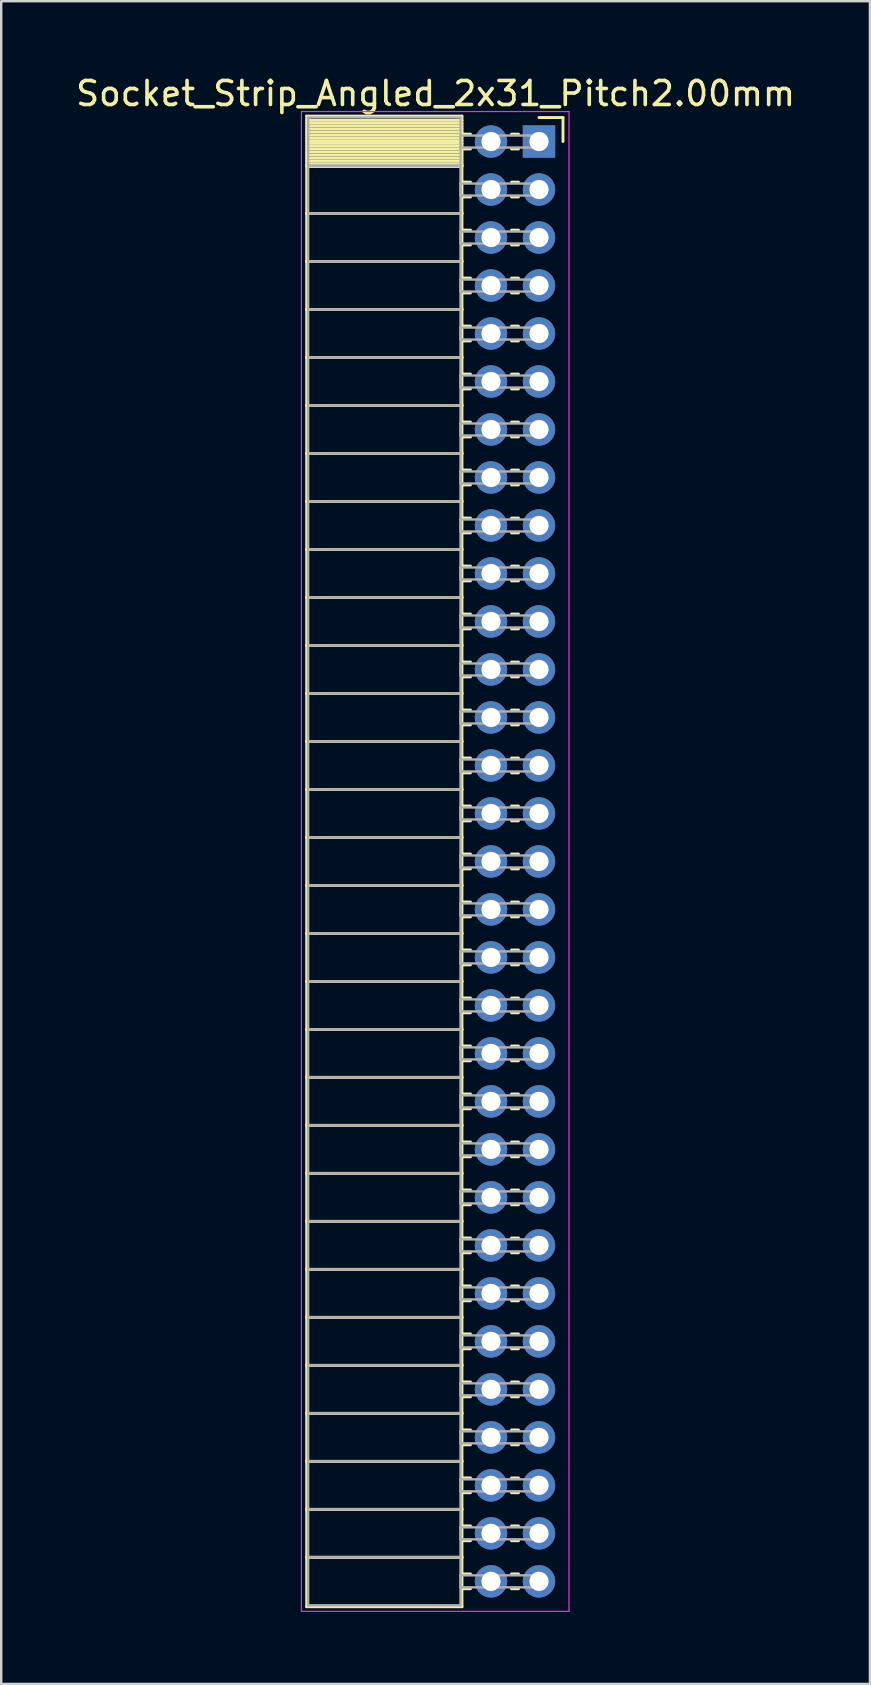
<source format=kicad_pcb>
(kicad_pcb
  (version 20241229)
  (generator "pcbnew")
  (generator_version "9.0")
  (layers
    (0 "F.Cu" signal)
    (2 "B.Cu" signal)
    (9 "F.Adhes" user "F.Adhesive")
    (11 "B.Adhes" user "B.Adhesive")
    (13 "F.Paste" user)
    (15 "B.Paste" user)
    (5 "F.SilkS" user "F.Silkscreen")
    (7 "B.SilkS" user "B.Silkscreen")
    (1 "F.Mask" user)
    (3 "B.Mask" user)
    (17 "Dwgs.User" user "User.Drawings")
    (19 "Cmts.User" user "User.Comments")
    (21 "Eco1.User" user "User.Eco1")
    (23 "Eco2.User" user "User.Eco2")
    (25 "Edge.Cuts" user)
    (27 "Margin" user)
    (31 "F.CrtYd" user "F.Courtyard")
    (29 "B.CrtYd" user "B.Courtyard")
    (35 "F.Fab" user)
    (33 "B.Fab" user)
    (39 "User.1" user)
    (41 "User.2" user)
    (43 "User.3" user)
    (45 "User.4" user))
  (footprint "Socket_Strip_Angled_2x31_Pitch2.00mm"
    (layer "F.Cu")
    (at 19.411 2.848)
    (property "Reference" "Socket_Strip_Angled_2x31_Pitch2.00mm" (at -4.31 -2 0) (layer "F.SilkS") (effects (font (size 1 1) (thickness 0.15))))
    (attr through_hole)
    (fp_line (start -9.68 -1.06) (end -3.21 -1.06) (stroke (width 0.12) (type solid)) (layer "F.SilkS"))
    (fp_line (start -9.68 1) (end -9.68 -1.06) (stroke (width 0.12) (type solid)) (layer "F.SilkS"))
    (fp_line (start -9.68 1) (end -3.21 1) (stroke (width 0.12) (type solid)) (layer "F.SilkS"))
    (fp_line (start -9.68 3) (end -9.68 1) (stroke (width 0.12) (type solid)) (layer "F.SilkS"))
    (fp_line (start -9.68 3) (end -3.21 3) (stroke (width 0.12) (type solid)) (layer "F.SilkS"))
    (fp_line (start -9.68 5) (end -9.68 3) (stroke (width 0.12) (type solid)) (layer "F.SilkS"))
    (fp_line (start -9.68 5) (end -3.21 5) (stroke (width 0.12) (type solid)) (layer "F.SilkS"))
    (fp_line (start -9.68 7) (end -9.68 5) (stroke (width 0.12) (type solid)) (layer "F.SilkS"))
    (fp_line (start -9.68 7) (end -3.21 7) (stroke (width 0.12) (type solid)) (layer "F.SilkS"))
    (fp_line (start -9.68 9) (end -9.68 7) (stroke (width 0.12) (type solid)) (layer "F.SilkS"))
    (fp_line (start -9.68 9) (end -3.21 9) (stroke (width 0.12) (type solid)) (layer "F.SilkS"))
    (fp_line (start -9.68 11) (end -9.68 9) (stroke (width 0.12) (type solid)) (layer "F.SilkS"))
    (fp_line (start -9.68 11) (end -3.21 11) (stroke (width 0.12) (type solid)) (layer "F.SilkS"))
    (fp_line (start -9.68 13) (end -9.68 11) (stroke (width 0.12) (type solid)) (layer "F.SilkS"))
    (fp_line (start -9.68 13) (end -3.21 13) (stroke (width 0.12) (type solid)) (layer "F.SilkS"))
    (fp_line (start -9.68 15) (end -9.68 13) (stroke (width 0.12) (type solid)) (layer "F.SilkS"))
    (fp_line (start -9.68 15) (end -3.21 15) (stroke (width 0.12) (type solid)) (layer "F.SilkS"))
    (fp_line (start -9.68 17) (end -9.68 15) (stroke (width 0.12) (type solid)) (layer "F.SilkS"))
    (fp_line (start -9.68 17) (end -3.21 17) (stroke (width 0.12) (type solid)) (layer "F.SilkS"))
    (fp_line (start -9.68 19) (end -9.68 17) (stroke (width 0.12) (type solid)) (layer "F.SilkS"))
    (fp_line (start -9.68 19) (end -3.21 19) (stroke (width 0.12) (type solid)) (layer "F.SilkS"))
    (fp_line (start -9.68 21) (end -9.68 19) (stroke (width 0.12) (type solid)) (layer "F.SilkS"))
    (fp_line (start -9.68 21) (end -3.21 21) (stroke (width 0.12) (type solid)) (layer "F.SilkS"))
    (fp_line (start -9.68 23) (end -9.68 21) (stroke (width 0.12) (type solid)) (layer "F.SilkS"))
    (fp_line (start -9.68 23) (end -3.21 23) (stroke (width 0.12) (type solid)) (layer "F.SilkS"))
    (fp_line (start -9.68 25) (end -9.68 23) (stroke (width 0.12) (type solid)) (layer "F.SilkS"))
    (fp_line (start -9.68 25) (end -3.21 25) (stroke (width 0.12) (type solid)) (layer "F.SilkS"))
    (fp_line (start -9.68 27) (end -9.68 25) (stroke (width 0.12) (type solid)) (layer "F.SilkS"))
    (fp_line (start -9.68 27) (end -3.21 27) (stroke (width 0.12) (type solid)) (layer "F.SilkS"))
    (fp_line (start -9.68 29) (end -9.68 27) (stroke (width 0.12) (type solid)) (layer "F.SilkS"))
    (fp_line (start -9.68 29) (end -3.21 29) (stroke (width 0.12) (type solid)) (layer "F.SilkS"))
    (fp_line (start -9.68 31) (end -9.68 29) (stroke (width 0.12) (type solid)) (layer "F.SilkS"))
    (fp_line (start -9.68 31) (end -3.21 31) (stroke (width 0.12) (type solid)) (layer "F.SilkS"))
    (fp_line (start -9.68 33) (end -9.68 31) (stroke (width 0.12) (type solid)) (layer "F.SilkS"))
    (fp_line (start -9.68 33) (end -3.21 33) (stroke (width 0.12) (type solid)) (layer "F.SilkS"))
    (fp_line (start -9.68 35) (end -9.68 33) (stroke (width 0.12) (type solid)) (layer "F.SilkS"))
    (fp_line (start -9.68 35) (end -3.21 35) (stroke (width 0.12) (type solid)) (layer "F.SilkS"))
    (fp_line (start -9.68 37) (end -9.68 35) (stroke (width 0.12) (type solid)) (layer "F.SilkS"))
    (fp_line (start -9.68 37) (end -3.21 37) (stroke (width 0.12) (type solid)) (layer "F.SilkS"))
    (fp_line (start -9.68 39) (end -9.68 37) (stroke (width 0.12) (type solid)) (layer "F.SilkS"))
    (fp_line (start -9.68 39) (end -3.21 39) (stroke (width 0.12) (type solid)) (layer "F.SilkS"))
    (fp_line (start -9.68 41) (end -9.68 39) (stroke (width 0.12) (type solid)) (layer "F.SilkS"))
    (fp_line (start -9.68 41) (end -3.21 41) (stroke (width 0.12) (type solid)) (layer "F.SilkS"))
    (fp_line (start -9.68 43) (end -9.68 41) (stroke (width 0.12) (type solid)) (layer "F.SilkS"))
    (fp_line (start -9.68 43) (end -3.21 43) (stroke (width 0.12) (type solid)) (layer "F.SilkS"))
    (fp_line (start -9.68 45) (end -9.68 43) (stroke (width 0.12) (type solid)) (layer "F.SilkS"))
    (fp_line (start -9.68 45) (end -3.21 45) (stroke (width 0.12) (type solid)) (layer "F.SilkS"))
    (fp_line (start -9.68 47) (end -9.68 45) (stroke (width 0.12) (type solid)) (layer "F.SilkS"))
    (fp_line (start -9.68 47) (end -3.21 47) (stroke (width 0.12) (type solid)) (layer "F.SilkS"))
    (fp_line (start -9.68 49) (end -9.68 47) (stroke (width 0.12) (type solid)) (layer "F.SilkS"))
    (fp_line (start -9.68 49) (end -3.21 49) (stroke (width 0.12) (type solid)) (layer "F.SilkS"))
    (fp_line (start -9.68 51) (end -9.68 49) (stroke (width 0.12) (type solid)) (layer "F.SilkS"))
    (fp_line (start -9.68 51) (end -3.21 51) (stroke (width 0.12) (type solid)) (layer "F.SilkS"))
    (fp_line (start -9.68 53) (end -9.68 51) (stroke (width 0.12) (type solid)) (layer "F.SilkS"))
    (fp_line (start -9.68 53) (end -3.21 53) (stroke (width 0.12) (type solid)) (layer "F.SilkS"))
    (fp_line (start -9.68 55) (end -9.68 53) (stroke (width 0.12) (type solid)) (layer "F.SilkS"))
    (fp_line (start -9.68 55) (end -3.21 55) (stroke (width 0.12) (type solid)) (layer "F.SilkS"))
    (fp_line (start -9.68 57) (end -9.68 55) (stroke (width 0.12) (type solid)) (layer "F.SilkS"))
    (fp_line (start -9.68 57) (end -3.21 57) (stroke (width 0.12) (type solid)) (layer "F.SilkS"))
    (fp_line (start -9.68 59) (end -9.68 57) (stroke (width 0.12) (type solid)) (layer "F.SilkS"))
    (fp_line (start -9.68 59) (end -3.21 59) (stroke (width 0.12) (type solid)) (layer "F.SilkS"))
    (fp_line (start -9.68 61.06) (end -9.68 59) (stroke (width 0.12) (type solid)) (layer "F.SilkS"))
    (fp_line (start -3.21 -1.06) (end -3.21 1) (stroke (width 0.12) (type solid)) (layer "F.SilkS"))
    (fp_line (start -3.21 -0.88) (end -9.68 -0.88) (stroke (width 0.12) (type solid)) (layer "F.SilkS"))
    (fp_line (start -3.21 -0.76) (end -9.68 -0.76) (stroke (width 0.12) (type solid)) (layer "F.SilkS"))
    (fp_line (start -3.21 -0.64) (end -9.68 -0.64) (stroke (width 0.12) (type solid)) (layer "F.SilkS"))
    (fp_line (start -3.21 -0.52) (end -9.68 -0.52) (stroke (width 0.12) (type solid)) (layer "F.SilkS"))
    (fp_line (start -3.21 -0.4) (end -9.68 -0.4) (stroke (width 0.12) (type solid)) (layer "F.SilkS"))
    (fp_line (start -3.21 -0.28) (end -9.68 -0.28) (stroke (width 0.12) (type solid)) (layer "F.SilkS"))
    (fp_line (start -3.21 -0.16) (end -9.68 -0.16) (stroke (width 0.12) (type solid)) (layer "F.SilkS"))
    (fp_line (start -3.21 -0.04) (end -9.68 -0.04) (stroke (width 0.12) (type solid)) (layer "F.SilkS"))
    (fp_line (start -3.21 0.08) (end -9.68 0.08) (stroke (width 0.12) (type solid)) (layer "F.SilkS"))
    (fp_line (start -3.21 0.2) (end -9.68 0.2) (stroke (width 0.12) (type solid)) (layer "F.SilkS"))
    (fp_line (start -3.21 0.32) (end -9.68 0.32) (stroke (width 0.12) (type solid)) (layer "F.SilkS"))
    (fp_line (start -3.21 0.44) (end -9.68 0.44) (stroke (width 0.12) (type solid)) (layer "F.SilkS"))
    (fp_line (start -3.21 0.56) (end -9.68 0.56) (stroke (width 0.12) (type solid)) (layer "F.SilkS"))
    (fp_line (start -3.21 0.68) (end -9.68 0.68) (stroke (width 0.12) (type solid)) (layer "F.SilkS"))
    (fp_line (start -3.21 0.8) (end -9.68 0.8) (stroke (width 0.12) (type solid)) (layer "F.SilkS"))
    (fp_line (start -3.21 0.92) (end -9.68 0.92) (stroke (width 0.12) (type solid)) (layer "F.SilkS"))
    (fp_line (start -3.21 1) (end -9.68 1) (stroke (width 0.12) (type solid)) (layer "F.SilkS"))
    (fp_line (start -3.21 1) (end -3.21 3) (stroke (width 0.12) (type solid)) (layer "F.SilkS"))
    (fp_line (start -3.21 1.04) (end -9.68 1.04) (stroke (width 0.12) (type solid)) (layer "F.SilkS"))
    (fp_line (start -3.21 3) (end -9.68 3) (stroke (width 0.12) (type solid)) (layer "F.SilkS"))
    (fp_line (start -3.21 3) (end -3.21 5) (stroke (width 0.12) (type solid)) (layer "F.SilkS"))
    (fp_line (start -3.21 5) (end -9.68 5) (stroke (width 0.12) (type solid)) (layer "F.SilkS"))
    (fp_line (start -3.21 5) (end -3.21 7) (stroke (width 0.12) (type solid)) (layer "F.SilkS"))
    (fp_line (start -3.21 7) (end -9.68 7) (stroke (width 0.12) (type solid)) (layer "F.SilkS"))
    (fp_line (start -3.21 7) (end -3.21 9) (stroke (width 0.12) (type solid)) (layer "F.SilkS"))
    (fp_line (start -3.21 9) (end -9.68 9) (stroke (width 0.12) (type solid)) (layer "F.SilkS"))
    (fp_line (start -3.21 9) (end -3.21 11) (stroke (width 0.12) (type solid)) (layer "F.SilkS"))
    (fp_line (start -3.21 11) (end -9.68 11) (stroke (width 0.12) (type solid)) (layer "F.SilkS"))
    (fp_line (start -3.21 11) (end -3.21 13) (stroke (width 0.12) (type solid)) (layer "F.SilkS"))
    (fp_line (start -3.21 13) (end -9.68 13) (stroke (width 0.12) (type solid)) (layer "F.SilkS"))
    (fp_line (start -3.21 13) (end -3.21 15) (stroke (width 0.12) (type solid)) (layer "F.SilkS"))
    (fp_line (start -3.21 15) (end -9.68 15) (stroke (width 0.12) (type solid)) (layer "F.SilkS"))
    (fp_line (start -3.21 15) (end -3.21 17) (stroke (width 0.12) (type solid)) (layer "F.SilkS"))
    (fp_line (start -3.21 17) (end -9.68 17) (stroke (width 0.12) (type solid)) (layer "F.SilkS"))
    (fp_line (start -3.21 17) (end -3.21 19) (stroke (width 0.12) (type solid)) (layer "F.SilkS"))
    (fp_line (start -3.21 19) (end -9.68 19) (stroke (width 0.12) (type solid)) (layer "F.SilkS"))
    (fp_line (start -3.21 19) (end -3.21 21) (stroke (width 0.12) (type solid)) (layer "F.SilkS"))
    (fp_line (start -3.21 21) (end -9.68 21) (stroke (width 0.12) (type solid)) (layer "F.SilkS"))
    (fp_line (start -3.21 21) (end -3.21 23) (stroke (width 0.12) (type solid)) (layer "F.SilkS"))
    (fp_line (start -3.21 23) (end -9.68 23) (stroke (width 0.12) (type solid)) (layer "F.SilkS"))
    (fp_line (start -3.21 23) (end -3.21 25) (stroke (width 0.12) (type solid)) (layer "F.SilkS"))
    (fp_line (start -3.21 25) (end -9.68 25) (stroke (width 0.12) (type solid)) (layer "F.SilkS"))
    (fp_line (start -3.21 25) (end -3.21 27) (stroke (width 0.12) (type solid)) (layer "F.SilkS"))
    (fp_line (start -3.21 27) (end -9.68 27) (stroke (width 0.12) (type solid)) (layer "F.SilkS"))
    (fp_line (start -3.21 27) (end -3.21 29) (stroke (width 0.12) (type solid)) (layer "F.SilkS"))
    (fp_line (start -3.21 29) (end -9.68 29) (stroke (width 0.12) (type solid)) (layer "F.SilkS"))
    (fp_line (start -3.21 29) (end -3.21 31) (stroke (width 0.12) (type solid)) (layer "F.SilkS"))
    (fp_line (start -3.21 31) (end -9.68 31) (stroke (width 0.12) (type solid)) (layer "F.SilkS"))
    (fp_line (start -3.21 31) (end -3.21 33) (stroke (width 0.12) (type solid)) (layer "F.SilkS"))
    (fp_line (start -3.21 33) (end -9.68 33) (stroke (width 0.12) (type solid)) (layer "F.SilkS"))
    (fp_line (start -3.21 33) (end -3.21 35) (stroke (width 0.12) (type solid)) (layer "F.SilkS"))
    (fp_line (start -3.21 35) (end -9.68 35) (stroke (width 0.12) (type solid)) (layer "F.SilkS"))
    (fp_line (start -3.21 35) (end -3.21 37) (stroke (width 0.12) (type solid)) (layer "F.SilkS"))
    (fp_line (start -3.21 37) (end -9.68 37) (stroke (width 0.12) (type solid)) (layer "F.SilkS"))
    (fp_line (start -3.21 37) (end -3.21 39) (stroke (width 0.12) (type solid)) (layer "F.SilkS"))
    (fp_line (start -3.21 39) (end -9.68 39) (stroke (width 0.12) (type solid)) (layer "F.SilkS"))
    (fp_line (start -3.21 39) (end -3.21 41) (stroke (width 0.12) (type solid)) (layer "F.SilkS"))
    (fp_line (start -3.21 41) (end -9.68 41) (stroke (width 0.12) (type solid)) (layer "F.SilkS"))
    (fp_line (start -3.21 41) (end -3.21 43) (stroke (width 0.12) (type solid)) (layer "F.SilkS"))
    (fp_line (start -3.21 43) (end -9.68 43) (stroke (width 0.12) (type solid)) (layer "F.SilkS"))
    (fp_line (start -3.21 43) (end -3.21 45) (stroke (width 0.12) (type solid)) (layer "F.SilkS"))
    (fp_line (start -3.21 45) (end -9.68 45) (stroke (width 0.12) (type solid)) (layer "F.SilkS"))
    (fp_line (start -3.21 45) (end -3.21 47) (stroke (width 0.12) (type solid)) (layer "F.SilkS"))
    (fp_line (start -3.21 47) (end -9.68 47) (stroke (width 0.12) (type solid)) (layer "F.SilkS"))
    (fp_line (start -3.21 47) (end -3.21 49) (stroke (width 0.12) (type solid)) (layer "F.SilkS"))
    (fp_line (start -3.21 49) (end -9.68 49) (stroke (width 0.12) (type solid)) (layer "F.SilkS"))
    (fp_line (start -3.21 49) (end -3.21 51) (stroke (width 0.12) (type solid)) (layer "F.SilkS"))
    (fp_line (start -3.21 51) (end -9.68 51) (stroke (width 0.12) (type solid)) (layer "F.SilkS"))
    (fp_line (start -3.21 51) (end -3.21 53) (stroke (width 0.12) (type solid)) (layer "F.SilkS"))
    (fp_line (start -3.21 53) (end -9.68 53) (stroke (width 0.12) (type solid)) (layer "F.SilkS"))
    (fp_line (start -3.21 53) (end -3.21 55) (stroke (width 0.12) (type solid)) (layer "F.SilkS"))
    (fp_line (start -3.21 55) (end -9.68 55) (stroke (width 0.12) (type solid)) (layer "F.SilkS"))
    (fp_line (start -3.21 55) (end -3.21 57) (stroke (width 0.12) (type solid)) (layer "F.SilkS"))
    (fp_line (start -3.21 57) (end -9.68 57) (stroke (width 0.12) (type solid)) (layer "F.SilkS"))
    (fp_line (start -3.21 57) (end -3.21 59) (stroke (width 0.12) (type solid)) (layer "F.SilkS"))
    (fp_line (start -3.21 59) (end -9.68 59) (stroke (width 0.12) (type solid)) (layer "F.SilkS"))
    (fp_line (start -3.21 59) (end -3.21 61.06) (stroke (width 0.12) (type solid)) (layer "F.SilkS"))
    (fp_line (start -3.21 61.06) (end -9.68 61.06) (stroke (width 0.12) (type solid)) (layer "F.SilkS"))
    (fp_line (start -2.855 -0.31) (end -3.21 -0.31) (stroke (width 0.12) (type solid)) (layer "F.SilkS"))
    (fp_line (start -2.855 0.31) (end -3.21 0.31) (stroke (width 0.12) (type solid)) (layer "F.SilkS"))
    (fp_line (start -2.855 1.69) (end -3.21 1.69) (stroke (width 0.12) (type solid)) (layer "F.SilkS"))
    (fp_line (start -2.855 2.31) (end -3.21 2.31) (stroke (width 0.12) (type solid)) (layer "F.SilkS"))
    (fp_line (start -2.855 3.69) (end -3.21 3.69) (stroke (width 0.12) (type solid)) (layer "F.SilkS"))
    (fp_line (start -2.855 4.31) (end -3.21 4.31) (stroke (width 0.12) (type solid)) (layer "F.SilkS"))
    (fp_line (start -2.855 5.69) (end -3.21 5.69) (stroke (width 0.12) (type solid)) (layer "F.SilkS"))
    (fp_line (start -2.855 6.31) (end -3.21 6.31) (stroke (width 0.12) (type solid)) (layer "F.SilkS"))
    (fp_line (start -2.855 7.69) (end -3.21 7.69) (stroke (width 0.12) (type solid)) (layer "F.SilkS"))
    (fp_line (start -2.855 8.31) (end -3.21 8.31) (stroke (width 0.12) (type solid)) (layer "F.SilkS"))
    (fp_line (start -2.855 9.69) (end -3.21 9.69) (stroke (width 0.12) (type solid)) (layer "F.SilkS"))
    (fp_line (start -2.855 10.31) (end -3.21 10.31) (stroke (width 0.12) (type solid)) (layer "F.SilkS"))
    (fp_line (start -2.855 11.69) (end -3.21 11.69) (stroke (width 0.12) (type solid)) (layer "F.SilkS"))
    (fp_line (start -2.855 12.31) (end -3.21 12.31) (stroke (width 0.12) (type solid)) (layer "F.SilkS"))
    (fp_line (start -2.855 13.69) (end -3.21 13.69) (stroke (width 0.12) (type solid)) (layer "F.SilkS"))
    (fp_line (start -2.855 14.31) (end -3.21 14.31) (stroke (width 0.12) (type solid)) (layer "F.SilkS"))
    (fp_line (start -2.855 15.69) (end -3.21 15.69) (stroke (width 0.12) (type solid)) (layer "F.SilkS"))
    (fp_line (start -2.855 16.31) (end -3.21 16.31) (stroke (width 0.12) (type solid)) (layer "F.SilkS"))
    (fp_line (start -2.855 17.69) (end -3.21 17.69) (stroke (width 0.12) (type solid)) (layer "F.SilkS"))
    (fp_line (start -2.855 18.31) (end -3.21 18.31) (stroke (width 0.12) (type solid)) (layer "F.SilkS"))
    (fp_line (start -2.855 19.69) (end -3.21 19.69) (stroke (width 0.12) (type solid)) (layer "F.SilkS"))
    (fp_line (start -2.855 20.31) (end -3.21 20.31) (stroke (width 0.12) (type solid)) (layer "F.SilkS"))
    (fp_line (start -2.855 21.69) (end -3.21 21.69) (stroke (width 0.12) (type solid)) (layer "F.SilkS"))
    (fp_line (start -2.855 22.31) (end -3.21 22.31) (stroke (width 0.12) (type solid)) (layer "F.SilkS"))
    (fp_line (start -2.855 23.69) (end -3.21 23.69) (stroke (width 0.12) (type solid)) (layer "F.SilkS"))
    (fp_line (start -2.855 24.31) (end -3.21 24.31) (stroke (width 0.12) (type solid)) (layer "F.SilkS"))
    (fp_line (start -2.855 25.69) (end -3.21 25.69) (stroke (width 0.12) (type solid)) (layer "F.SilkS"))
    (fp_line (start -2.855 26.31) (end -3.21 26.31) (stroke (width 0.12) (type solid)) (layer "F.SilkS"))
    (fp_line (start -2.855 27.69) (end -3.21 27.69) (stroke (width 0.12) (type solid)) (layer "F.SilkS"))
    (fp_line (start -2.855 28.31) (end -3.21 28.31) (stroke (width 0.12) (type solid)) (layer "F.SilkS"))
    (fp_line (start -2.855 29.69) (end -3.21 29.69) (stroke (width 0.12) (type solid)) (layer "F.SilkS"))
    (fp_line (start -2.855 30.31) (end -3.21 30.31) (stroke (width 0.12) (type solid)) (layer "F.SilkS"))
    (fp_line (start -2.855 31.69) (end -3.21 31.69) (stroke (width 0.12) (type solid)) (layer "F.SilkS"))
    (fp_line (start -2.855 32.31) (end -3.21 32.31) (stroke (width 0.12) (type solid)) (layer "F.SilkS"))
    (fp_line (start -2.855 33.69) (end -3.21 33.69) (stroke (width 0.12) (type solid)) (layer "F.SilkS"))
    (fp_line (start -2.855 34.31) (end -3.21 34.31) (stroke (width 0.12) (type solid)) (layer "F.SilkS"))
    (fp_line (start -2.855 35.69) (end -3.21 35.69) (stroke (width 0.12) (type solid)) (layer "F.SilkS"))
    (fp_line (start -2.855 36.31) (end -3.21 36.31) (stroke (width 0.12) (type solid)) (layer "F.SilkS"))
    (fp_line (start -2.855 37.69) (end -3.21 37.69) (stroke (width 0.12) (type solid)) (layer "F.SilkS"))
    (fp_line (start -2.855 38.31) (end -3.21 38.31) (stroke (width 0.12) (type solid)) (layer "F.SilkS"))
    (fp_line (start -2.855 39.69) (end -3.21 39.69) (stroke (width 0.12) (type solid)) (layer "F.SilkS"))
    (fp_line (start -2.855 40.31) (end -3.21 40.31) (stroke (width 0.12) (type solid)) (layer "F.SilkS"))
    (fp_line (start -2.855 41.69) (end -3.21 41.69) (stroke (width 0.12) (type solid)) (layer "F.SilkS"))
    (fp_line (start -2.855 42.31) (end -3.21 42.31) (stroke (width 0.12) (type solid)) (layer "F.SilkS"))
    (fp_line (start -2.855 43.69) (end -3.21 43.69) (stroke (width 0.12) (type solid)) (layer "F.SilkS"))
    (fp_line (start -2.855 44.31) (end -3.21 44.31) (stroke (width 0.12) (type solid)) (layer "F.SilkS"))
    (fp_line (start -2.855 45.69) (end -3.21 45.69) (stroke (width 0.12) (type solid)) (layer "F.SilkS"))
    (fp_line (start -2.855 46.31) (end -3.21 46.31) (stroke (width 0.12) (type solid)) (layer "F.SilkS"))
    (fp_line (start -2.855 47.69) (end -3.21 47.69) (stroke (width 0.12) (type solid)) (layer "F.SilkS"))
    (fp_line (start -2.855 48.31) (end -3.21 48.31) (stroke (width 0.12) (type solid)) (layer "F.SilkS"))
    (fp_line (start -2.855 49.69) (end -3.21 49.69) (stroke (width 0.12) (type solid)) (layer "F.SilkS"))
    (fp_line (start -2.855 50.31) (end -3.21 50.31) (stroke (width 0.12) (type solid)) (layer "F.SilkS"))
    (fp_line (start -2.855 51.69) (end -3.21 51.69) (stroke (width 0.12) (type solid)) (layer "F.SilkS"))
    (fp_line (start -2.855 52.31) (end -3.21 52.31) (stroke (width 0.12) (type solid)) (layer "F.SilkS"))
    (fp_line (start -2.855 53.69) (end -3.21 53.69) (stroke (width 0.12) (type solid)) (layer "F.SilkS"))
    (fp_line (start -2.855 54.31) (end -3.21 54.31) (stroke (width 0.12) (type solid)) (layer "F.SilkS"))
    (fp_line (start -2.855 55.69) (end -3.21 55.69) (stroke (width 0.12) (type solid)) (layer "F.SilkS"))
    (fp_line (start -2.855 56.31) (end -3.21 56.31) (stroke (width 0.12) (type solid)) (layer "F.SilkS"))
    (fp_line (start -2.855 57.69) (end -3.21 57.69) (stroke (width 0.12) (type solid)) (layer "F.SilkS"))
    (fp_line (start -2.855 58.31) (end -3.21 58.31) (stroke (width 0.12) (type solid)) (layer "F.SilkS"))
    (fp_line (start -2.855 59.69) (end -3.21 59.69) (stroke (width 0.12) (type solid)) (layer "F.SilkS"))
    (fp_line (start -2.855 60.31) (end -3.21 60.31) (stroke (width 0.12) (type solid)) (layer "F.SilkS"))
    (fp_line (start -0.855 -0.31) (end -1.145 -0.31) (stroke (width 0.12) (type solid)) (layer "F.SilkS"))
    (fp_line (start -0.855 0.31) (end -1.145 0.31) (stroke (width 0.12) (type solid)) (layer "F.SilkS"))
    (fp_line (start -0.855 1.69) (end -1.145 1.69) (stroke (width 0.12) (type solid)) (layer "F.SilkS"))
    (fp_line (start -0.855 2.31) (end -1.145 2.31) (stroke (width 0.12) (type solid)) (layer "F.SilkS"))
    (fp_line (start -0.855 3.69) (end -1.145 3.69) (stroke (width 0.12) (type solid)) (layer "F.SilkS"))
    (fp_line (start -0.855 4.31) (end -1.145 4.31) (stroke (width 0.12) (type solid)) (layer "F.SilkS"))
    (fp_line (start -0.855 5.69) (end -1.145 5.69) (stroke (width 0.12) (type solid)) (layer "F.SilkS"))
    (fp_line (start -0.855 6.31) (end -1.145 6.31) (stroke (width 0.12) (type solid)) (layer "F.SilkS"))
    (fp_line (start -0.855 7.69) (end -1.145 7.69) (stroke (width 0.12) (type solid)) (layer "F.SilkS"))
    (fp_line (start -0.855 8.31) (end -1.145 8.31) (stroke (width 0.12) (type solid)) (layer "F.SilkS"))
    (fp_line (start -0.855 9.69) (end -1.145 9.69) (stroke (width 0.12) (type solid)) (layer "F.SilkS"))
    (fp_line (start -0.855 10.31) (end -1.145 10.31) (stroke (width 0.12) (type solid)) (layer "F.SilkS"))
    (fp_line (start -0.855 11.69) (end -1.145 11.69) (stroke (width 0.12) (type solid)) (layer "F.SilkS"))
    (fp_line (start -0.855 12.31) (end -1.145 12.31) (stroke (width 0.12) (type solid)) (layer "F.SilkS"))
    (fp_line (start -0.855 13.69) (end -1.145 13.69) (stroke (width 0.12) (type solid)) (layer "F.SilkS"))
    (fp_line (start -0.855 14.31) (end -1.145 14.31) (stroke (width 0.12) (type solid)) (layer "F.SilkS"))
    (fp_line (start -0.855 15.69) (end -1.145 15.69) (stroke (width 0.12) (type solid)) (layer "F.SilkS"))
    (fp_line (start -0.855 16.31) (end -1.145 16.31) (stroke (width 0.12) (type solid)) (layer "F.SilkS"))
    (fp_line (start -0.855 17.69) (end -1.145 17.69) (stroke (width 0.12) (type solid)) (layer "F.SilkS"))
    (fp_line (start -0.855 18.31) (end -1.145 18.31) (stroke (width 0.12) (type solid)) (layer "F.SilkS"))
    (fp_line (start -0.855 19.69) (end -1.145 19.69) (stroke (width 0.12) (type solid)) (layer "F.SilkS"))
    (fp_line (start -0.855 20.31) (end -1.145 20.31) (stroke (width 0.12) (type solid)) (layer "F.SilkS"))
    (fp_line (start -0.855 21.69) (end -1.145 21.69) (stroke (width 0.12) (type solid)) (layer "F.SilkS"))
    (fp_line (start -0.855 22.31) (end -1.145 22.31) (stroke (width 0.12) (type solid)) (layer "F.SilkS"))
    (fp_line (start -0.855 23.69) (end -1.145 23.69) (stroke (width 0.12) (type solid)) (layer "F.SilkS"))
    (fp_line (start -0.855 24.31) (end -1.145 24.31) (stroke (width 0.12) (type solid)) (layer "F.SilkS"))
    (fp_line (start -0.855 25.69) (end -1.145 25.69) (stroke (width 0.12) (type solid)) (layer "F.SilkS"))
    (fp_line (start -0.855 26.31) (end -1.145 26.31) (stroke (width 0.12) (type solid)) (layer "F.SilkS"))
    (fp_line (start -0.855 27.69) (end -1.145 27.69) (stroke (width 0.12) (type solid)) (layer "F.SilkS"))
    (fp_line (start -0.855 28.31) (end -1.145 28.31) (stroke (width 0.12) (type solid)) (layer "F.SilkS"))
    (fp_line (start -0.855 29.69) (end -1.145 29.69) (stroke (width 0.12) (type solid)) (layer "F.SilkS"))
    (fp_line (start -0.855 30.31) (end -1.145 30.31) (stroke (width 0.12) (type solid)) (layer "F.SilkS"))
    (fp_line (start -0.855 31.69) (end -1.145 31.69) (stroke (width 0.12) (type solid)) (layer "F.SilkS"))
    (fp_line (start -0.855 32.31) (end -1.145 32.31) (stroke (width 0.12) (type solid)) (layer "F.SilkS"))
    (fp_line (start -0.855 33.69) (end -1.145 33.69) (stroke (width 0.12) (type solid)) (layer "F.SilkS"))
    (fp_line (start -0.855 34.31) (end -1.145 34.31) (stroke (width 0.12) (type solid)) (layer "F.SilkS"))
    (fp_line (start -0.855 35.69) (end -1.145 35.69) (stroke (width 0.12) (type solid)) (layer "F.SilkS"))
    (fp_line (start -0.855 36.31) (end -1.145 36.31) (stroke (width 0.12) (type solid)) (layer "F.SilkS"))
    (fp_line (start -0.855 37.69) (end -1.145 37.69) (stroke (width 0.12) (type solid)) (layer "F.SilkS"))
    (fp_line (start -0.855 38.31) (end -1.145 38.31) (stroke (width 0.12) (type solid)) (layer "F.SilkS"))
    (fp_line (start -0.855 39.69) (end -1.145 39.69) (stroke (width 0.12) (type solid)) (layer "F.SilkS"))
    (fp_line (start -0.855 40.31) (end -1.145 40.31) (stroke (width 0.12) (type solid)) (layer "F.SilkS"))
    (fp_line (start -0.855 41.69) (end -1.145 41.69) (stroke (width 0.12) (type solid)) (layer "F.SilkS"))
    (fp_line (start -0.855 42.31) (end -1.145 42.31) (stroke (width 0.12) (type solid)) (layer "F.SilkS"))
    (fp_line (start -0.855 43.69) (end -1.145 43.69) (stroke (width 0.12) (type solid)) (layer "F.SilkS"))
    (fp_line (start -0.855 44.31) (end -1.145 44.31) (stroke (width 0.12) (type solid)) (layer "F.SilkS"))
    (fp_line (start -0.855 45.69) (end -1.145 45.69) (stroke (width 0.12) (type solid)) (layer "F.SilkS"))
    (fp_line (start -0.855 46.31) (end -1.145 46.31) (stroke (width 0.12) (type solid)) (layer "F.SilkS"))
    (fp_line (start -0.855 47.69) (end -1.145 47.69) (stroke (width 0.12) (type solid)) (layer "F.SilkS"))
    (fp_line (start -0.855 48.31) (end -1.145 48.31) (stroke (width 0.12) (type solid)) (layer "F.SilkS"))
    (fp_line (start -0.855 49.69) (end -1.145 49.69) (stroke (width 0.12) (type solid)) (layer "F.SilkS"))
    (fp_line (start -0.855 50.31) (end -1.145 50.31) (stroke (width 0.12) (type solid)) (layer "F.SilkS"))
    (fp_line (start -0.855 51.69) (end -1.145 51.69) (stroke (width 0.12) (type solid)) (layer "F.SilkS"))
    (fp_line (start -0.855 52.31) (end -1.145 52.31) (stroke (width 0.12) (type solid)) (layer "F.SilkS"))
    (fp_line (start -0.855 53.69) (end -1.145 53.69) (stroke (width 0.12) (type solid)) (layer "F.SilkS"))
    (fp_line (start -0.855 54.31) (end -1.145 54.31) (stroke (width 0.12) (type solid)) (layer "F.SilkS"))
    (fp_line (start -0.855 55.69) (end -1.145 55.69) (stroke (width 0.12) (type solid)) (layer "F.SilkS"))
    (fp_line (start -0.855 56.31) (end -1.145 56.31) (stroke (width 0.12) (type solid)) (layer "F.SilkS"))
    (fp_line (start -0.855 57.69) (end -1.145 57.69) (stroke (width 0.12) (type solid)) (layer "F.SilkS"))
    (fp_line (start -0.855 58.31) (end -1.145 58.31) (stroke (width 0.12) (type solid)) (layer "F.SilkS"))
    (fp_line (start -0.855 59.69) (end -1.145 59.69) (stroke (width 0.12) (type solid)) (layer "F.SilkS"))
    (fp_line (start -0.855 60.31) (end -1.145 60.31) (stroke (width 0.12) (type solid)) (layer "F.SilkS"))
    (fp_line (start 0 -1) (end 1 -1) (stroke (width 0.12) (type solid)) (layer "F.SilkS"))
    (fp_line (start 1 -1) (end 1 0) (stroke (width 0.12) (type solid)) (layer "F.SilkS"))
    (fp_line (start -9.9 -1.25) (end 1.25 -1.25) (stroke (width 0.05) (type solid)) (layer "F.CrtYd"))
    (fp_line (start -9.9 61.25) (end -9.9 -1.25) (stroke (width 0.05) (type solid)) (layer "F.CrtYd"))
    (fp_line (start 1.25 -1.25) (end 1.25 61.25) (stroke (width 0.05) (type solid)) (layer "F.CrtYd"))
    (fp_line (start 1.25 61.25) (end -9.9 61.25) (stroke (width 0.05) (type solid)) (layer "F.CrtYd"))
    (fp_line (start -9.62 -1) (end -3.27 -1) (stroke (width 0.1) (type solid)) (layer "F.Fab"))
    (fp_line (start -9.62 1) (end -9.62 -1) (stroke (width 0.1) (type solid)) (layer "F.Fab"))
    (fp_line (start -9.62 1) (end -3.27 1) (stroke (width 0.1) (type solid)) (layer "F.Fab"))
    (fp_line (start -9.62 3) (end -9.62 1) (stroke (width 0.1) (type solid)) (layer "F.Fab"))
    (fp_line (start -9.62 3) (end -3.27 3) (stroke (width 0.1) (type solid)) (layer "F.Fab"))
    (fp_line (start -9.62 5) (end -9.62 3) (stroke (width 0.1) (type solid)) (layer "F.Fab"))
    (fp_line (start -9.62 5) (end -3.27 5) (stroke (width 0.1) (type solid)) (layer "F.Fab"))
    (fp_line (start -9.62 7) (end -9.62 5) (stroke (width 0.1) (type solid)) (layer "F.Fab"))
    (fp_line (start -9.62 7) (end -3.27 7) (stroke (width 0.1) (type solid)) (layer "F.Fab"))
    (fp_line (start -9.62 9) (end -9.62 7) (stroke (width 0.1) (type solid)) (layer "F.Fab"))
    (fp_line (start -9.62 9) (end -3.27 9) (stroke (width 0.1) (type solid)) (layer "F.Fab"))
    (fp_line (start -9.62 11) (end -9.62 9) (stroke (width 0.1) (type solid)) (layer "F.Fab"))
    (fp_line (start -9.62 11) (end -3.27 11) (stroke (width 0.1) (type solid)) (layer "F.Fab"))
    (fp_line (start -9.62 13) (end -9.62 11) (stroke (width 0.1) (type solid)) (layer "F.Fab"))
    (fp_line (start -9.62 13) (end -3.27 13) (stroke (width 0.1) (type solid)) (layer "F.Fab"))
    (fp_line (start -9.62 15) (end -9.62 13) (stroke (width 0.1) (type solid)) (layer "F.Fab"))
    (fp_line (start -9.62 15) (end -3.27 15) (stroke (width 0.1) (type solid)) (layer "F.Fab"))
    (fp_line (start -9.62 17) (end -9.62 15) (stroke (width 0.1) (type solid)) (layer "F.Fab"))
    (fp_line (start -9.62 17) (end -3.27 17) (stroke (width 0.1) (type solid)) (layer "F.Fab"))
    (fp_line (start -9.62 19) (end -9.62 17) (stroke (width 0.1) (type solid)) (layer "F.Fab"))
    (fp_line (start -9.62 19) (end -3.27 19) (stroke (width 0.1) (type solid)) (layer "F.Fab"))
    (fp_line (start -9.62 21) (end -9.62 19) (stroke (width 0.1) (type solid)) (layer "F.Fab"))
    (fp_line (start -9.62 21) (end -3.27 21) (stroke (width 0.1) (type solid)) (layer "F.Fab"))
    (fp_line (start -9.62 23) (end -9.62 21) (stroke (width 0.1) (type solid)) (layer "F.Fab"))
    (fp_line (start -9.62 23) (end -3.27 23) (stroke (width 0.1) (type solid)) (layer "F.Fab"))
    (fp_line (start -9.62 25) (end -9.62 23) (stroke (width 0.1) (type solid)) (layer "F.Fab"))
    (fp_line (start -9.62 25) (end -3.27 25) (stroke (width 0.1) (type solid)) (layer "F.Fab"))
    (fp_line (start -9.62 27) (end -9.62 25) (stroke (width 0.1) (type solid)) (layer "F.Fab"))
    (fp_line (start -9.62 27) (end -3.27 27) (stroke (width 0.1) (type solid)) (layer "F.Fab"))
    (fp_line (start -9.62 29) (end -9.62 27) (stroke (width 0.1) (type solid)) (layer "F.Fab"))
    (fp_line (start -9.62 29) (end -3.27 29) (stroke (width 0.1) (type solid)) (layer "F.Fab"))
    (fp_line (start -9.62 31) (end -9.62 29) (stroke (width 0.1) (type solid)) (layer "F.Fab"))
    (fp_line (start -9.62 31) (end -3.27 31) (stroke (width 0.1) (type solid)) (layer "F.Fab"))
    (fp_line (start -9.62 33) (end -9.62 31) (stroke (width 0.1) (type solid)) (layer "F.Fab"))
    (fp_line (start -9.62 33) (end -3.27 33) (stroke (width 0.1) (type solid)) (layer "F.Fab"))
    (fp_line (start -9.62 35) (end -9.62 33) (stroke (width 0.1) (type solid)) (layer "F.Fab"))
    (fp_line (start -9.62 35) (end -3.27 35) (stroke (width 0.1) (type solid)) (layer "F.Fab"))
    (fp_line (start -9.62 37) (end -9.62 35) (stroke (width 0.1) (type solid)) (layer "F.Fab"))
    (fp_line (start -9.62 37) (end -3.27 37) (stroke (width 0.1) (type solid)) (layer "F.Fab"))
    (fp_line (start -9.62 39) (end -9.62 37) (stroke (width 0.1) (type solid)) (layer "F.Fab"))
    (fp_line (start -9.62 39) (end -3.27 39) (stroke (width 0.1) (type solid)) (layer "F.Fab"))
    (fp_line (start -9.62 41) (end -9.62 39) (stroke (width 0.1) (type solid)) (layer "F.Fab"))
    (fp_line (start -9.62 41) (end -3.27 41) (stroke (width 0.1) (type solid)) (layer "F.Fab"))
    (fp_line (start -9.62 43) (end -9.62 41) (stroke (width 0.1) (type solid)) (layer "F.Fab"))
    (fp_line (start -9.62 43) (end -3.27 43) (stroke (width 0.1) (type solid)) (layer "F.Fab"))
    (fp_line (start -9.62 45) (end -9.62 43) (stroke (width 0.1) (type solid)) (layer "F.Fab"))
    (fp_line (start -9.62 45) (end -3.27 45) (stroke (width 0.1) (type solid)) (layer "F.Fab"))
    (fp_line (start -9.62 47) (end -9.62 45) (stroke (width 0.1) (type solid)) (layer "F.Fab"))
    (fp_line (start -9.62 47) (end -3.27 47) (stroke (width 0.1) (type solid)) (layer "F.Fab"))
    (fp_line (start -9.62 49) (end -9.62 47) (stroke (width 0.1) (type solid)) (layer "F.Fab"))
    (fp_line (start -9.62 49) (end -3.27 49) (stroke (width 0.1) (type solid)) (layer "F.Fab"))
    (fp_line (start -9.62 51) (end -9.62 49) (stroke (width 0.1) (type solid)) (layer "F.Fab"))
    (fp_line (start -9.62 51) (end -3.27 51) (stroke (width 0.1) (type solid)) (layer "F.Fab"))
    (fp_line (start -9.62 53) (end -9.62 51) (stroke (width 0.1) (type solid)) (layer "F.Fab"))
    (fp_line (start -9.62 53) (end -3.27 53) (stroke (width 0.1) (type solid)) (layer "F.Fab"))
    (fp_line (start -9.62 55) (end -9.62 53) (stroke (width 0.1) (type solid)) (layer "F.Fab"))
    (fp_line (start -9.62 55) (end -3.27 55) (stroke (width 0.1) (type solid)) (layer "F.Fab"))
    (fp_line (start -9.62 57) (end -9.62 55) (stroke (width 0.1) (type solid)) (layer "F.Fab"))
    (fp_line (start -9.62 57) (end -3.27 57) (stroke (width 0.1) (type solid)) (layer "F.Fab"))
    (fp_line (start -9.62 59) (end -9.62 57) (stroke (width 0.1) (type solid)) (layer "F.Fab"))
    (fp_line (start -9.62 59) (end -3.27 59) (stroke (width 0.1) (type solid)) (layer "F.Fab"))
    (fp_line (start -9.62 61) (end -9.62 59) (stroke (width 0.1) (type solid)) (layer "F.Fab"))
    (fp_line (start -3.27 -1) (end -3.27 1) (stroke (width 0.1) (type solid)) (layer "F.Fab"))
    (fp_line (start -3.27 -0.25) (end 0 -0.25) (stroke (width 0.1) (type solid)) (layer "F.Fab"))
    (fp_line (start -3.27 0.25) (end -3.27 -0.25) (stroke (width 0.1) (type solid)) (layer "F.Fab"))
    (fp_line (start -3.27 1) (end -9.62 1) (stroke (width 0.1) (type solid)) (layer "F.Fab"))
    (fp_line (start -3.27 1) (end -3.27 3) (stroke (width 0.1) (type solid)) (layer "F.Fab"))
    (fp_line (start -3.27 1.75) (end 0 1.75) (stroke (width 0.1) (type solid)) (layer "F.Fab"))
    (fp_line (start -3.27 2.25) (end -3.27 1.75) (stroke (width 0.1) (type solid)) (layer "F.Fab"))
    (fp_line (start -3.27 3) (end -9.62 3) (stroke (width 0.1) (type solid)) (layer "F.Fab"))
    (fp_line (start -3.27 3) (end -3.27 5) (stroke (width 0.1) (type solid)) (layer "F.Fab"))
    (fp_line (start -3.27 3.75) (end 0 3.75) (stroke (width 0.1) (type solid)) (layer "F.Fab"))
    (fp_line (start -3.27 4.25) (end -3.27 3.75) (stroke (width 0.1) (type solid)) (layer "F.Fab"))
    (fp_line (start -3.27 5) (end -9.62 5) (stroke (width 0.1) (type solid)) (layer "F.Fab"))
    (fp_line (start -3.27 5) (end -3.27 7) (stroke (width 0.1) (type solid)) (layer "F.Fab"))
    (fp_line (start -3.27 5.75) (end 0 5.75) (stroke (width 0.1) (type solid)) (layer "F.Fab"))
    (fp_line (start -3.27 6.25) (end -3.27 5.75) (stroke (width 0.1) (type solid)) (layer "F.Fab"))
    (fp_line (start -3.27 7) (end -9.62 7) (stroke (width 0.1) (type solid)) (layer "F.Fab"))
    (fp_line (start -3.27 7) (end -3.27 9) (stroke (width 0.1) (type solid)) (layer "F.Fab"))
    (fp_line (start -3.27 7.75) (end 0 7.75) (stroke (width 0.1) (type solid)) (layer "F.Fab"))
    (fp_line (start -3.27 8.25) (end -3.27 7.75) (stroke (width 0.1) (type solid)) (layer "F.Fab"))
    (fp_line (start -3.27 9) (end -9.62 9) (stroke (width 0.1) (type solid)) (layer "F.Fab"))
    (fp_line (start -3.27 9) (end -3.27 11) (stroke (width 0.1) (type solid)) (layer "F.Fab"))
    (fp_line (start -3.27 9.75) (end 0 9.75) (stroke (width 0.1) (type solid)) (layer "F.Fab"))
    (fp_line (start -3.27 10.25) (end -3.27 9.75) (stroke (width 0.1) (type solid)) (layer "F.Fab"))
    (fp_line (start -3.27 11) (end -9.62 11) (stroke (width 0.1) (type solid)) (layer "F.Fab"))
    (fp_line (start -3.27 11) (end -3.27 13) (stroke (width 0.1) (type solid)) (layer "F.Fab"))
    (fp_line (start -3.27 11.75) (end 0 11.75) (stroke (width 0.1) (type solid)) (layer "F.Fab"))
    (fp_line (start -3.27 12.25) (end -3.27 11.75) (stroke (width 0.1) (type solid)) (layer "F.Fab"))
    (fp_line (start -3.27 13) (end -9.62 13) (stroke (width 0.1) (type solid)) (layer "F.Fab"))
    (fp_line (start -3.27 13) (end -3.27 15) (stroke (width 0.1) (type solid)) (layer "F.Fab"))
    (fp_line (start -3.27 13.75) (end 0 13.75) (stroke (width 0.1) (type solid)) (layer "F.Fab"))
    (fp_line (start -3.27 14.25) (end -3.27 13.75) (stroke (width 0.1) (type solid)) (layer "F.Fab"))
    (fp_line (start -3.27 15) (end -9.62 15) (stroke (width 0.1) (type solid)) (layer "F.Fab"))
    (fp_line (start -3.27 15) (end -3.27 17) (stroke (width 0.1) (type solid)) (layer "F.Fab"))
    (fp_line (start -3.27 15.75) (end 0 15.75) (stroke (width 0.1) (type solid)) (layer "F.Fab"))
    (fp_line (start -3.27 16.25) (end -3.27 15.75) (stroke (width 0.1) (type solid)) (layer "F.Fab"))
    (fp_line (start -3.27 17) (end -9.62 17) (stroke (width 0.1) (type solid)) (layer "F.Fab"))
    (fp_line (start -3.27 17) (end -3.27 19) (stroke (width 0.1) (type solid)) (layer "F.Fab"))
    (fp_line (start -3.27 17.75) (end 0 17.75) (stroke (width 0.1) (type solid)) (layer "F.Fab"))
    (fp_line (start -3.27 18.25) (end -3.27 17.75) (stroke (width 0.1) (type solid)) (layer "F.Fab"))
    (fp_line (start -3.27 19) (end -9.62 19) (stroke (width 0.1) (type solid)) (layer "F.Fab"))
    (fp_line (start -3.27 19) (end -3.27 21) (stroke (width 0.1) (type solid)) (layer "F.Fab"))
    (fp_line (start -3.27 19.75) (end 0 19.75) (stroke (width 0.1) (type solid)) (layer "F.Fab"))
    (fp_line (start -3.27 20.25) (end -3.27 19.75) (stroke (width 0.1) (type solid)) (layer "F.Fab"))
    (fp_line (start -3.27 21) (end -9.62 21) (stroke (width 0.1) (type solid)) (layer "F.Fab"))
    (fp_line (start -3.27 21) (end -3.27 23) (stroke (width 0.1) (type solid)) (layer "F.Fab"))
    (fp_line (start -3.27 21.75) (end 0 21.75) (stroke (width 0.1) (type solid)) (layer "F.Fab"))
    (fp_line (start -3.27 22.25) (end -3.27 21.75) (stroke (width 0.1) (type solid)) (layer "F.Fab"))
    (fp_line (start -3.27 23) (end -9.62 23) (stroke (width 0.1) (type solid)) (layer "F.Fab"))
    (fp_line (start -3.27 23) (end -3.27 25) (stroke (width 0.1) (type solid)) (layer "F.Fab"))
    (fp_line (start -3.27 23.75) (end 0 23.75) (stroke (width 0.1) (type solid)) (layer "F.Fab"))
    (fp_line (start -3.27 24.25) (end -3.27 23.75) (stroke (width 0.1) (type solid)) (layer "F.Fab"))
    (fp_line (start -3.27 25) (end -9.62 25) (stroke (width 0.1) (type solid)) (layer "F.Fab"))
    (fp_line (start -3.27 25) (end -3.27 27) (stroke (width 0.1) (type solid)) (layer "F.Fab"))
    (fp_line (start -3.27 25.75) (end 0 25.75) (stroke (width 0.1) (type solid)) (layer "F.Fab"))
    (fp_line (start -3.27 26.25) (end -3.27 25.75) (stroke (width 0.1) (type solid)) (layer "F.Fab"))
    (fp_line (start -3.27 27) (end -9.62 27) (stroke (width 0.1) (type solid)) (layer "F.Fab"))
    (fp_line (start -3.27 27) (end -3.27 29) (stroke (width 0.1) (type solid)) (layer "F.Fab"))
    (fp_line (start -3.27 27.75) (end 0 27.75) (stroke (width 0.1) (type solid)) (layer "F.Fab"))
    (fp_line (start -3.27 28.25) (end -3.27 27.75) (stroke (width 0.1) (type solid)) (layer "F.Fab"))
    (fp_line (start -3.27 29) (end -9.62 29) (stroke (width 0.1) (type solid)) (layer "F.Fab"))
    (fp_line (start -3.27 29) (end -3.27 31) (stroke (width 0.1) (type solid)) (layer "F.Fab"))
    (fp_line (start -3.27 29.75) (end 0 29.75) (stroke (width 0.1) (type solid)) (layer "F.Fab"))
    (fp_line (start -3.27 30.25) (end -3.27 29.75) (stroke (width 0.1) (type solid)) (layer "F.Fab"))
    (fp_line (start -3.27 31) (end -9.62 31) (stroke (width 0.1) (type solid)) (layer "F.Fab"))
    (fp_line (start -3.27 31) (end -3.27 33) (stroke (width 0.1) (type solid)) (layer "F.Fab"))
    (fp_line (start -3.27 31.75) (end 0 31.75) (stroke (width 0.1) (type solid)) (layer "F.Fab"))
    (fp_line (start -3.27 32.25) (end -3.27 31.75) (stroke (width 0.1) (type solid)) (layer "F.Fab"))
    (fp_line (start -3.27 33) (end -9.62 33) (stroke (width 0.1) (type solid)) (layer "F.Fab"))
    (fp_line (start -3.27 33) (end -3.27 35) (stroke (width 0.1) (type solid)) (layer "F.Fab"))
    (fp_line (start -3.27 33.75) (end 0 33.75) (stroke (width 0.1) (type solid)) (layer "F.Fab"))
    (fp_line (start -3.27 34.25) (end -3.27 33.75) (stroke (width 0.1) (type solid)) (layer "F.Fab"))
    (fp_line (start -3.27 35) (end -9.62 35) (stroke (width 0.1) (type solid)) (layer "F.Fab"))
    (fp_line (start -3.27 35) (end -3.27 37) (stroke (width 0.1) (type solid)) (layer "F.Fab"))
    (fp_line (start -3.27 35.75) (end 0 35.75) (stroke (width 0.1) (type solid)) (layer "F.Fab"))
    (fp_line (start -3.27 36.25) (end -3.27 35.75) (stroke (width 0.1) (type solid)) (layer "F.Fab"))
    (fp_line (start -3.27 37) (end -9.62 37) (stroke (width 0.1) (type solid)) (layer "F.Fab"))
    (fp_line (start -3.27 37) (end -3.27 39) (stroke (width 0.1) (type solid)) (layer "F.Fab"))
    (fp_line (start -3.27 37.75) (end 0 37.75) (stroke (width 0.1) (type solid)) (layer "F.Fab"))
    (fp_line (start -3.27 38.25) (end -3.27 37.75) (stroke (width 0.1) (type solid)) (layer "F.Fab"))
    (fp_line (start -3.27 39) (end -9.62 39) (stroke (width 0.1) (type solid)) (layer "F.Fab"))
    (fp_line (start -3.27 39) (end -3.27 41) (stroke (width 0.1) (type solid)) (layer "F.Fab"))
    (fp_line (start -3.27 39.75) (end 0 39.75) (stroke (width 0.1) (type solid)) (layer "F.Fab"))
    (fp_line (start -3.27 40.25) (end -3.27 39.75) (stroke (width 0.1) (type solid)) (layer "F.Fab"))
    (fp_line (start -3.27 41) (end -9.62 41) (stroke (width 0.1) (type solid)) (layer "F.Fab"))
    (fp_line (start -3.27 41) (end -3.27 43) (stroke (width 0.1) (type solid)) (layer "F.Fab"))
    (fp_line (start -3.27 41.75) (end 0 41.75) (stroke (width 0.1) (type solid)) (layer "F.Fab"))
    (fp_line (start -3.27 42.25) (end -3.27 41.75) (stroke (width 0.1) (type solid)) (layer "F.Fab"))
    (fp_line (start -3.27 43) (end -9.62 43) (stroke (width 0.1) (type solid)) (layer "F.Fab"))
    (fp_line (start -3.27 43) (end -3.27 45) (stroke (width 0.1) (type solid)) (layer "F.Fab"))
    (fp_line (start -3.27 43.75) (end 0 43.75) (stroke (width 0.1) (type solid)) (layer "F.Fab"))
    (fp_line (start -3.27 44.25) (end -3.27 43.75) (stroke (width 0.1) (type solid)) (layer "F.Fab"))
    (fp_line (start -3.27 45) (end -9.62 45) (stroke (width 0.1) (type solid)) (layer "F.Fab"))
    (fp_line (start -3.27 45) (end -3.27 47) (stroke (width 0.1) (type solid)) (layer "F.Fab"))
    (fp_line (start -3.27 45.75) (end 0 45.75) (stroke (width 0.1) (type solid)) (layer "F.Fab"))
    (fp_line (start -3.27 46.25) (end -3.27 45.75) (stroke (width 0.1) (type solid)) (layer "F.Fab"))
    (fp_line (start -3.27 47) (end -9.62 47) (stroke (width 0.1) (type solid)) (layer "F.Fab"))
    (fp_line (start -3.27 47) (end -3.27 49) (stroke (width 0.1) (type solid)) (layer "F.Fab"))
    (fp_line (start -3.27 47.75) (end 0 47.75) (stroke (width 0.1) (type solid)) (layer "F.Fab"))
    (fp_line (start -3.27 48.25) (end -3.27 47.75) (stroke (width 0.1) (type solid)) (layer "F.Fab"))
    (fp_line (start -3.27 49) (end -9.62 49) (stroke (width 0.1) (type solid)) (layer "F.Fab"))
    (fp_line (start -3.27 49) (end -3.27 51) (stroke (width 0.1) (type solid)) (layer "F.Fab"))
    (fp_line (start -3.27 49.75) (end 0 49.75) (stroke (width 0.1) (type solid)) (layer "F.Fab"))
    (fp_line (start -3.27 50.25) (end -3.27 49.75) (stroke (width 0.1) (type solid)) (layer "F.Fab"))
    (fp_line (start -3.27 51) (end -9.62 51) (stroke (width 0.1) (type solid)) (layer "F.Fab"))
    (fp_line (start -3.27 51) (end -3.27 53) (stroke (width 0.1) (type solid)) (layer "F.Fab"))
    (fp_line (start -3.27 51.75) (end 0 51.75) (stroke (width 0.1) (type solid)) (layer "F.Fab"))
    (fp_line (start -3.27 52.25) (end -3.27 51.75) (stroke (width 0.1) (type solid)) (layer "F.Fab"))
    (fp_line (start -3.27 53) (end -9.62 53) (stroke (width 0.1) (type solid)) (layer "F.Fab"))
    (fp_line (start -3.27 53) (end -3.27 55) (stroke (width 0.1) (type solid)) (layer "F.Fab"))
    (fp_line (start -3.27 53.75) (end 0 53.75) (stroke (width 0.1) (type solid)) (layer "F.Fab"))
    (fp_line (start -3.27 54.25) (end -3.27 53.75) (stroke (width 0.1) (type solid)) (layer "F.Fab"))
    (fp_line (start -3.27 55) (end -9.62 55) (stroke (width 0.1) (type solid)) (layer "F.Fab"))
    (fp_line (start -3.27 55) (end -3.27 57) (stroke (width 0.1) (type solid)) (layer "F.Fab"))
    (fp_line (start -3.27 55.75) (end 0 55.75) (stroke (width 0.1) (type solid)) (layer "F.Fab"))
    (fp_line (start -3.27 56.25) (end -3.27 55.75) (stroke (width 0.1) (type solid)) (layer "F.Fab"))
    (fp_line (start -3.27 57) (end -9.62 57) (stroke (width 0.1) (type solid)) (layer "F.Fab"))
    (fp_line (start -3.27 57) (end -3.27 59) (stroke (width 0.1) (type solid)) (layer "F.Fab"))
    (fp_line (start -3.27 57.75) (end 0 57.75) (stroke (width 0.1) (type solid)) (layer "F.Fab"))
    (fp_line (start -3.27 58.25) (end -3.27 57.75) (stroke (width 0.1) (type solid)) (layer "F.Fab"))
    (fp_line (start -3.27 59) (end -9.62 59) (stroke (width 0.1) (type solid)) (layer "F.Fab"))
    (fp_line (start -3.27 59) (end -3.27 61) (stroke (width 0.1) (type solid)) (layer "F.Fab"))
    (fp_line (start -3.27 59.75) (end 0 59.75) (stroke (width 0.1) (type solid)) (layer "F.Fab"))
    (fp_line (start -3.27 60.25) (end -3.27 59.75) (stroke (width 0.1) (type solid)) (layer "F.Fab"))
    (fp_line (start -3.27 61) (end -9.62 61) (stroke (width 0.1) (type solid)) (layer "F.Fab"))
    (fp_line (start 0 -0.25) (end 0 0.25) (stroke (width 0.1) (type solid)) (layer "F.Fab"))
    (fp_line (start 0 0.25) (end -3.27 0.25) (stroke (width 0.1) (type solid)) (layer "F.Fab"))
    (fp_line (start 0 1.75) (end 0 2.25) (stroke (width 0.1) (type solid)) (layer "F.Fab"))
    (fp_line (start 0 2.25) (end -3.27 2.25) (stroke (width 0.1) (type solid)) (layer "F.Fab"))
    (fp_line (start 0 3.75) (end 0 4.25) (stroke (width 0.1) (type solid)) (layer "F.Fab"))
    (fp_line (start 0 4.25) (end -3.27 4.25) (stroke (width 0.1) (type solid)) (layer "F.Fab"))
    (fp_line (start 0 5.75) (end 0 6.25) (stroke (width 0.1) (type solid)) (layer "F.Fab"))
    (fp_line (start 0 6.25) (end -3.27 6.25) (stroke (width 0.1) (type solid)) (layer "F.Fab"))
    (fp_line (start 0 7.75) (end 0 8.25) (stroke (width 0.1) (type solid)) (layer "F.Fab"))
    (fp_line (start 0 8.25) (end -3.27 8.25) (stroke (width 0.1) (type solid)) (layer "F.Fab"))
    (fp_line (start 0 9.75) (end 0 10.25) (stroke (width 0.1) (type solid)) (layer "F.Fab"))
    (fp_line (start 0 10.25) (end -3.27 10.25) (stroke (width 0.1) (type solid)) (layer "F.Fab"))
    (fp_line (start 0 11.75) (end 0 12.25) (stroke (width 0.1) (type solid)) (layer "F.Fab"))
    (fp_line (start 0 12.25) (end -3.27 12.25) (stroke (width 0.1) (type solid)) (layer "F.Fab"))
    (fp_line (start 0 13.75) (end 0 14.25) (stroke (width 0.1) (type solid)) (layer "F.Fab"))
    (fp_line (start 0 14.25) (end -3.27 14.25) (stroke (width 0.1) (type solid)) (layer "F.Fab"))
    (fp_line (start 0 15.75) (end 0 16.25) (stroke (width 0.1) (type solid)) (layer "F.Fab"))
    (fp_line (start 0 16.25) (end -3.27 16.25) (stroke (width 0.1) (type solid)) (layer "F.Fab"))
    (fp_line (start 0 17.75) (end 0 18.25) (stroke (width 0.1) (type solid)) (layer "F.Fab"))
    (fp_line (start 0 18.25) (end -3.27 18.25) (stroke (width 0.1) (type solid)) (layer "F.Fab"))
    (fp_line (start 0 19.75) (end 0 20.25) (stroke (width 0.1) (type solid)) (layer "F.Fab"))
    (fp_line (start 0 20.25) (end -3.27 20.25) (stroke (width 0.1) (type solid)) (layer "F.Fab"))
    (fp_line (start 0 21.75) (end 0 22.25) (stroke (width 0.1) (type solid)) (layer "F.Fab"))
    (fp_line (start 0 22.25) (end -3.27 22.25) (stroke (width 0.1) (type solid)) (layer "F.Fab"))
    (fp_line (start 0 23.75) (end 0 24.25) (stroke (width 0.1) (type solid)) (layer "F.Fab"))
    (fp_line (start 0 24.25) (end -3.27 24.25) (stroke (width 0.1) (type solid)) (layer "F.Fab"))
    (fp_line (start 0 25.75) (end 0 26.25) (stroke (width 0.1) (type solid)) (layer "F.Fab"))
    (fp_line (start 0 26.25) (end -3.27 26.25) (stroke (width 0.1) (type solid)) (layer "F.Fab"))
    (fp_line (start 0 27.75) (end 0 28.25) (stroke (width 0.1) (type solid)) (layer "F.Fab"))
    (fp_line (start 0 28.25) (end -3.27 28.25) (stroke (width 0.1) (type solid)) (layer "F.Fab"))
    (fp_line (start 0 29.75) (end 0 30.25) (stroke (width 0.1) (type solid)) (layer "F.Fab"))
    (fp_line (start 0 30.25) (end -3.27 30.25) (stroke (width 0.1) (type solid)) (layer "F.Fab"))
    (fp_line (start 0 31.75) (end 0 32.25) (stroke (width 0.1) (type solid)) (layer "F.Fab"))
    (fp_line (start 0 32.25) (end -3.27 32.25) (stroke (width 0.1) (type solid)) (layer "F.Fab"))
    (fp_line (start 0 33.75) (end 0 34.25) (stroke (width 0.1) (type solid)) (layer "F.Fab"))
    (fp_line (start 0 34.25) (end -3.27 34.25) (stroke (width 0.1) (type solid)) (layer "F.Fab"))
    (fp_line (start 0 35.75) (end 0 36.25) (stroke (width 0.1) (type solid)) (layer "F.Fab"))
    (fp_line (start 0 36.25) (end -3.27 36.25) (stroke (width 0.1) (type solid)) (layer "F.Fab"))
    (fp_line (start 0 37.75) (end 0 38.25) (stroke (width 0.1) (type solid)) (layer "F.Fab"))
    (fp_line (start 0 38.25) (end -3.27 38.25) (stroke (width 0.1) (type solid)) (layer "F.Fab"))
    (fp_line (start 0 39.75) (end 0 40.25) (stroke (width 0.1) (type solid)) (layer "F.Fab"))
    (fp_line (start 0 40.25) (end -3.27 40.25) (stroke (width 0.1) (type solid)) (layer "F.Fab"))
    (fp_line (start 0 41.75) (end 0 42.25) (stroke (width 0.1) (type solid)) (layer "F.Fab"))
    (fp_line (start 0 42.25) (end -3.27 42.25) (stroke (width 0.1) (type solid)) (layer "F.Fab"))
    (fp_line (start 0 43.75) (end 0 44.25) (stroke (width 0.1) (type solid)) (layer "F.Fab"))
    (fp_line (start 0 44.25) (end -3.27 44.25) (stroke (width 0.1) (type solid)) (layer "F.Fab"))
    (fp_line (start 0 45.75) (end 0 46.25) (stroke (width 0.1) (type solid)) (layer "F.Fab"))
    (fp_line (start 0 46.25) (end -3.27 46.25) (stroke (width 0.1) (type solid)) (layer "F.Fab"))
    (fp_line (start 0 47.75) (end 0 48.25) (stroke (width 0.1) (type solid)) (layer "F.Fab"))
    (fp_line (start 0 48.25) (end -3.27 48.25) (stroke (width 0.1) (type solid)) (layer "F.Fab"))
    (fp_line (start 0 49.75) (end 0 50.25) (stroke (width 0.1) (type solid)) (layer "F.Fab"))
    (fp_line (start 0 50.25) (end -3.27 50.25) (stroke (width 0.1) (type solid)) (layer "F.Fab"))
    (fp_line (start 0 51.75) (end 0 52.25) (stroke (width 0.1) (type solid)) (layer "F.Fab"))
    (fp_line (start 0 52.25) (end -3.27 52.25) (stroke (width 0.1) (type solid)) (layer "F.Fab"))
    (fp_line (start 0 53.75) (end 0 54.25) (stroke (width 0.1) (type solid)) (layer "F.Fab"))
    (fp_line (start 0 54.25) (end -3.27 54.25) (stroke (width 0.1) (type solid)) (layer "F.Fab"))
    (fp_line (start 0 55.75) (end 0 56.25) (stroke (width 0.1) (type solid)) (layer "F.Fab"))
    (fp_line (start 0 56.25) (end -3.27 56.25) (stroke (width 0.1) (type solid)) (layer "F.Fab"))
    (fp_line (start 0 57.75) (end 0 58.25) (stroke (width 0.1) (type solid)) (layer "F.Fab"))
    (fp_line (start 0 58.25) (end -3.27 58.25) (stroke (width 0.1) (type solid)) (layer "F.Fab"))
    (fp_line (start 0 59.75) (end 0 60.25) (stroke (width 0.1) (type solid)) (layer "F.Fab"))
    (fp_line (start 0 60.25) (end -3.27 60.25) (stroke (width 0.1) (type solid)) (layer "F.Fab"))
    (pad "1" thru_hole rect (at 0 0) (size 1.35 1.35) (drill 0.8) (layers "*.Cu" "*.Mask"))
    (pad "2" thru_hole oval (at -2 0) (size 1.35 1.35) (drill 0.8) (layers "*.Cu" "*.Mask"))
    (pad "3" thru_hole oval (at 0 2) (size 1.35 1.35) (drill 0.8) (layers "*.Cu" "*.Mask"))
    (pad "4" thru_hole oval (at -2 2) (size 1.35 1.35) (drill 0.8) (layers "*.Cu" "*.Mask"))
    (pad "5" thru_hole oval (at 0 4) (size 1.35 1.35) (drill 0.8) (layers "*.Cu" "*.Mask"))
    (pad "6" thru_hole oval (at -2 4) (size 1.35 1.35) (drill 0.8) (layers "*.Cu" "*.Mask"))
    (pad "7" thru_hole oval (at 0 6) (size 1.35 1.35) (drill 0.8) (layers "*.Cu" "*.Mask"))
    (pad "8" thru_hole oval (at -2 6) (size 1.35 1.35) (drill 0.8) (layers "*.Cu" "*.Mask"))
    (pad "9" thru_hole oval (at 0 8) (size 1.35 1.35) (drill 0.8) (layers "*.Cu" "*.Mask"))
    (pad "10" thru_hole oval (at -2 8) (size 1.35 1.35) (drill 0.8) (layers "*.Cu" "*.Mask"))
    (pad "11" thru_hole oval (at 0 10) (size 1.35 1.35) (drill 0.8) (layers "*.Cu" "*.Mask"))
    (pad "12" thru_hole oval (at -2 10) (size 1.35 1.35) (drill 0.8) (layers "*.Cu" "*.Mask"))
    (pad "13" thru_hole oval (at 0 12) (size 1.35 1.35) (drill 0.8) (layers "*.Cu" "*.Mask"))
    (pad "14" thru_hole oval (at -2 12) (size 1.35 1.35) (drill 0.8) (layers "*.Cu" "*.Mask"))
    (pad "15" thru_hole oval (at 0 14) (size 1.35 1.35) (drill 0.8) (layers "*.Cu" "*.Mask"))
    (pad "16" thru_hole oval (at -2 14) (size 1.35 1.35) (drill 0.8) (layers "*.Cu" "*.Mask"))
    (pad "17" thru_hole oval (at 0 16) (size 1.35 1.35) (drill 0.8) (layers "*.Cu" "*.Mask"))
    (pad "18" thru_hole oval (at -2 16) (size 1.35 1.35) (drill 0.8) (layers "*.Cu" "*.Mask"))
    (pad "19" thru_hole oval (at 0 18) (size 1.35 1.35) (drill 0.8) (layers "*.Cu" "*.Mask"))
    (pad "20" thru_hole oval (at -2 18) (size 1.35 1.35) (drill 0.8) (layers "*.Cu" "*.Mask"))
    (pad "21" thru_hole oval (at 0 20) (size 1.35 1.35) (drill 0.8) (layers "*.Cu" "*.Mask"))
    (pad "22" thru_hole oval (at -2 20) (size 1.35 1.35) (drill 0.8) (layers "*.Cu" "*.Mask"))
    (pad "23" thru_hole oval (at 0 22) (size 1.35 1.35) (drill 0.8) (layers "*.Cu" "*.Mask"))
    (pad "24" thru_hole oval (at -2 22) (size 1.35 1.35) (drill 0.8) (layers "*.Cu" "*.Mask"))
    (pad "25" thru_hole oval (at 0 24) (size 1.35 1.35) (drill 0.8) (layers "*.Cu" "*.Mask"))
    (pad "26" thru_hole oval (at -2 24) (size 1.35 1.35) (drill 0.8) (layers "*.Cu" "*.Mask"))
    (pad "27" thru_hole oval (at 0 26) (size 1.35 1.35) (drill 0.8) (layers "*.Cu" "*.Mask"))
    (pad "28" thru_hole oval (at -2 26) (size 1.35 1.35) (drill 0.8) (layers "*.Cu" "*.Mask"))
    (pad "29" thru_hole oval (at 0 28) (size 1.35 1.35) (drill 0.8) (layers "*.Cu" "*.Mask"))
    (pad "30" thru_hole oval (at -2 28) (size 1.35 1.35) (drill 0.8) (layers "*.Cu" "*.Mask"))
    (pad "31" thru_hole oval (at 0 30) (size 1.35 1.35) (drill 0.8) (layers "*.Cu" "*.Mask"))
    (pad "32" thru_hole oval (at -2 30) (size 1.35 1.35) (drill 0.8) (layers "*.Cu" "*.Mask"))
    (pad "33" thru_hole oval (at 0 32) (size 1.35 1.35) (drill 0.8) (layers "*.Cu" "*.Mask"))
    (pad "34" thru_hole oval (at -2 32) (size 1.35 1.35) (drill 0.8) (layers "*.Cu" "*.Mask"))
    (pad "35" thru_hole oval (at 0 34) (size 1.35 1.35) (drill 0.8) (layers "*.Cu" "*.Mask"))
    (pad "36" thru_hole oval (at -2 34) (size 1.35 1.35) (drill 0.8) (layers "*.Cu" "*.Mask"))
    (pad "37" thru_hole oval (at 0 36) (size 1.35 1.35) (drill 0.8) (layers "*.Cu" "*.Mask"))
    (pad "38" thru_hole oval (at -2 36) (size 1.35 1.35) (drill 0.8) (layers "*.Cu" "*.Mask"))
    (pad "39" thru_hole oval (at 0 38) (size 1.35 1.35) (drill 0.8) (layers "*.Cu" "*.Mask"))
    (pad "40" thru_hole oval (at -2 38) (size 1.35 1.35) (drill 0.8) (layers "*.Cu" "*.Mask"))
    (pad "41" thru_hole oval (at 0 40) (size 1.35 1.35) (drill 0.8) (layers "*.Cu" "*.Mask"))
    (pad "42" thru_hole oval (at -2 40) (size 1.35 1.35) (drill 0.8) (layers "*.Cu" "*.Mask"))
    (pad "43" thru_hole oval (at 0 42) (size 1.35 1.35) (drill 0.8) (layers "*.Cu" "*.Mask"))
    (pad "44" thru_hole oval (at -2 42) (size 1.35 1.35) (drill 0.8) (layers "*.Cu" "*.Mask"))
    (pad "45" thru_hole oval (at 0 44) (size 1.35 1.35) (drill 0.8) (layers "*.Cu" "*.Mask"))
    (pad "46" thru_hole oval (at -2 44) (size 1.35 1.35) (drill 0.8) (layers "*.Cu" "*.Mask"))
    (pad "47" thru_hole oval (at 0 46) (size 1.35 1.35) (drill 0.8) (layers "*.Cu" "*.Mask"))
    (pad "48" thru_hole oval (at -2 46) (size 1.35 1.35) (drill 0.8) (layers "*.Cu" "*.Mask"))
    (pad "49" thru_hole oval (at 0 48) (size 1.35 1.35) (drill 0.8) (layers "*.Cu" "*.Mask"))
    (pad "50" thru_hole oval (at -2 48) (size 1.35 1.35) (drill 0.8) (layers "*.Cu" "*.Mask"))
    (pad "51" thru_hole oval (at 0 50) (size 1.35 1.35) (drill 0.8) (layers "*.Cu" "*.Mask"))
    (pad "52" thru_hole oval (at -2 50) (size 1.35 1.35) (drill 0.8) (layers "*.Cu" "*.Mask"))
    (pad "53" thru_hole oval (at 0 52) (size 1.35 1.35) (drill 0.8) (layers "*.Cu" "*.Mask"))
    (pad "54" thru_hole oval (at -2 52) (size 1.35 1.35) (drill 0.8) (layers "*.Cu" "*.Mask"))
    (pad "55" thru_hole oval (at 0 54) (size 1.35 1.35) (drill 0.8) (layers "*.Cu" "*.Mask"))
    (pad "56" thru_hole oval (at -2 54) (size 1.35 1.35) (drill 0.8) (layers "*.Cu" "*.Mask"))
    (pad "57" thru_hole oval (at 0 56) (size 1.35 1.35) (drill 0.8) (layers "*.Cu" "*.Mask"))
    (pad "58" thru_hole oval (at -2 56) (size 1.35 1.35) (drill 0.8) (layers "*.Cu" "*.Mask"))
    (pad "59" thru_hole oval (at 0 58) (size 1.35 1.35) (drill 0.8) (layers "*.Cu" "*.Mask"))
    (pad "60" thru_hole oval (at -2 58) (size 1.35 1.35) (drill 0.8) (layers "*.Cu" "*.Mask"))
    (pad "61" thru_hole oval (at 0 60) (size 1.35 1.35) (drill 0.8) (layers "*.Cu" "*.Mask"))
    (pad "62" thru_hole oval (at -2 60) (size 1.35 1.35) (drill 0.8) (layers "*.Cu" "*.Mask")))
  (gr_rect
    (start -3 -3)
    (end 33.202 67.123)
    (stroke (width 0.1) (type default))
    (fill no)
    (layer "Edge.Cuts")))
</source>
